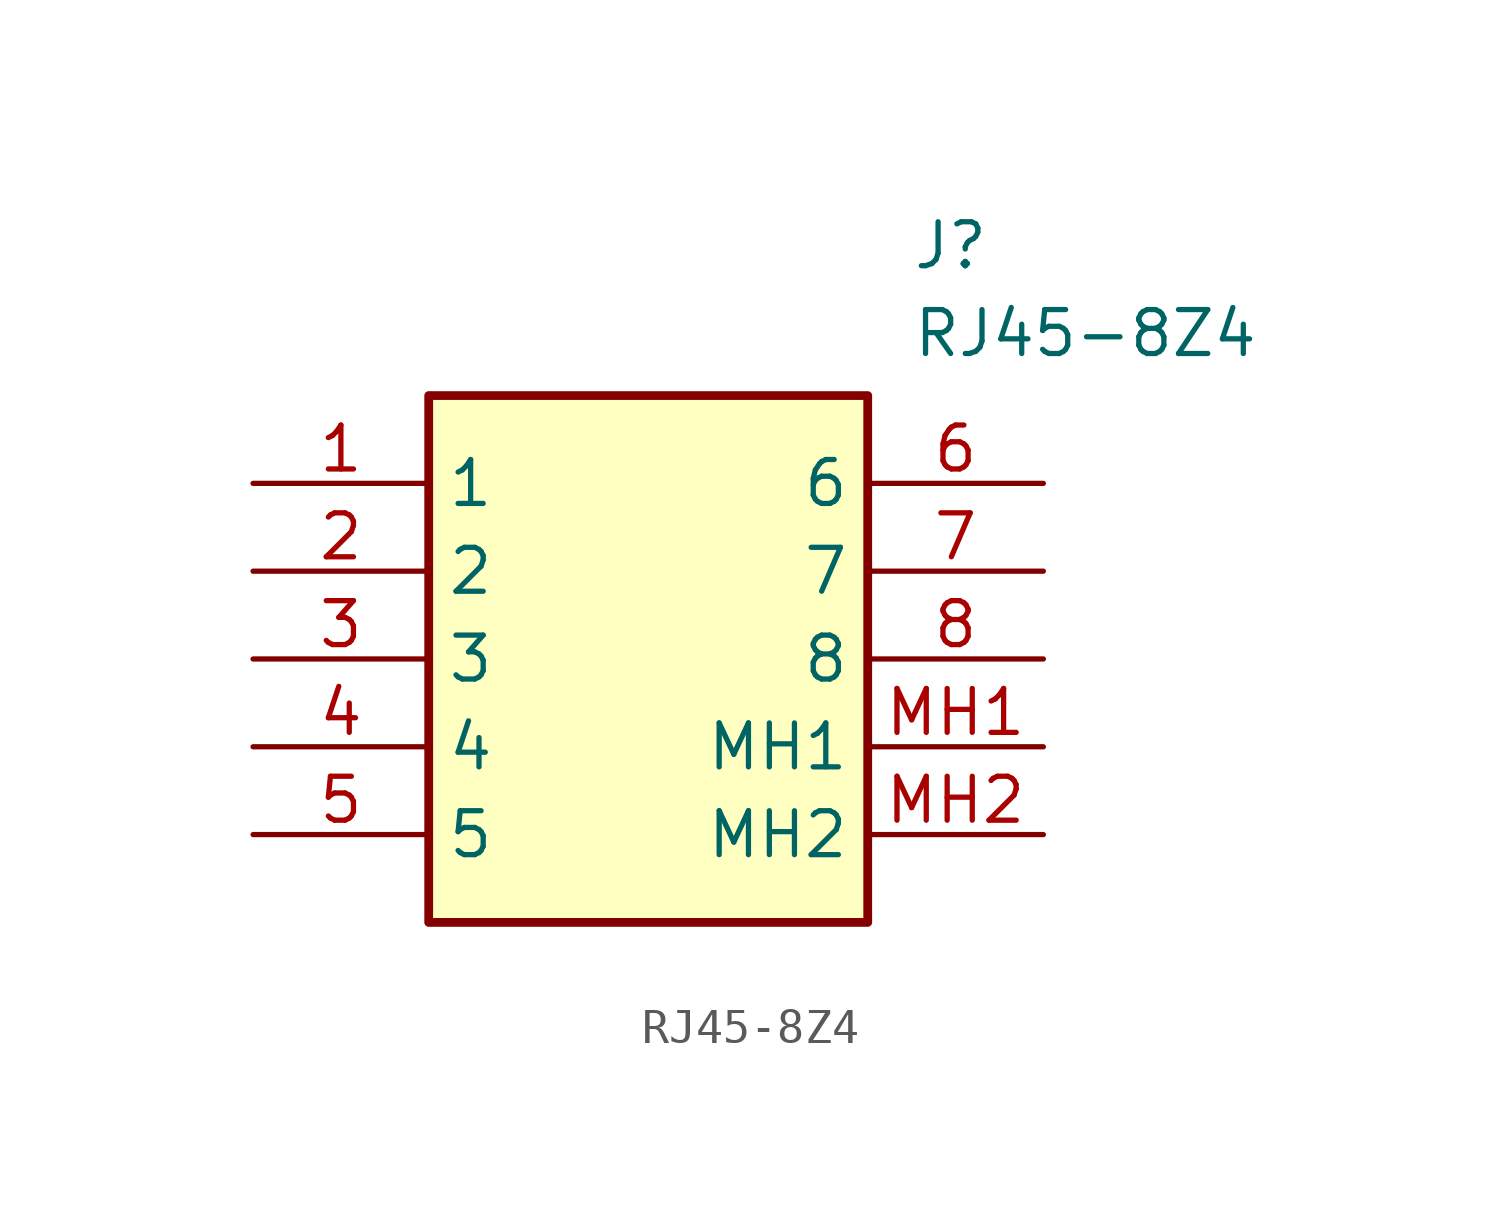
<source format=kicad_sym>
(kicad_symbol_lib
  (version 20211014)
  (generator SamacSys_ECAD_Model)
  (symbol "RJ45-8Z4"
    (property "Reference" "J"
      (at 19.05 7.62 0)
      (effects (font (size 1.27 1.27)) (justify left top)))
    (property "Value" "RJ45-8Z4"
      (at 19.05 5.08 0)
      (effects (font (size 1.27 1.27)) (justify left top)))
    (rectangle
      (start 5.08 2.54)
      (end 17.78 -12.7)
      (stroke (width 0.254) (type default))
      (fill (type background)))
    (pin passive line
      (at 0 0 0)
      (length 5.08)
      (name "1" (effects (font (size 1.27 1.27))))
      (number "1" (effects (font (size 1.27 1.27)))))
    (pin passive line
      (at 0 -2.54 0)
      (length 5.08)
      (name "2" (effects (font (size 1.27 1.27))))
      (number "2" (effects (font (size 1.27 1.27)))))
    (pin passive line
      (at 0 -5.08 0)
      (length 5.08)
      (name "3" (effects (font (size 1.27 1.27))))
      (number "3" (effects (font (size 1.27 1.27)))))
    (pin passive line
      (at 0 -7.62 0)
      (length 5.08)
      (name "4" (effects (font (size 1.27 1.27))))
      (number "4" (effects (font (size 1.27 1.27)))))
    (pin passive line
      (at 0 -10.16 0)
      (length 5.08)
      (name "5" (effects (font (size 1.27 1.27))))
      (number "5" (effects (font (size 1.27 1.27)))))
    (pin passive line
      (at 22.86 0 180)
      (length 5.08)
      (name "6" (effects (font (size 1.27 1.27))))
      (number "6" (effects (font (size 1.27 1.27)))))
    (pin passive line
      (at 22.86 -2.54 180)
      (length 5.08)
      (name "7" (effects (font (size 1.27 1.27))))
      (number "7" (effects (font (size 1.27 1.27)))))
    (pin passive line
      (at 22.86 -5.08 180)
      (length 5.08)
      (name "8" (effects (font (size 1.27 1.27))))
      (number "8" (effects (font (size 1.27 1.27)))))
    (pin passive line
      (at 22.86 -7.62 180)
      (length 5.08)
      (name "MH1" (effects (font (size 1.27 1.27))))
      (number "MH1" (effects (font (size 1.27 1.27)))))
    (pin passive line
      (at 22.86 -10.16 180)
      (length 5.08)
      (name "MH2" (effects (font (size 1.27 1.27))))
      (number "MH2" (effects (font (size 1.27 1.27)))))))
</source>
